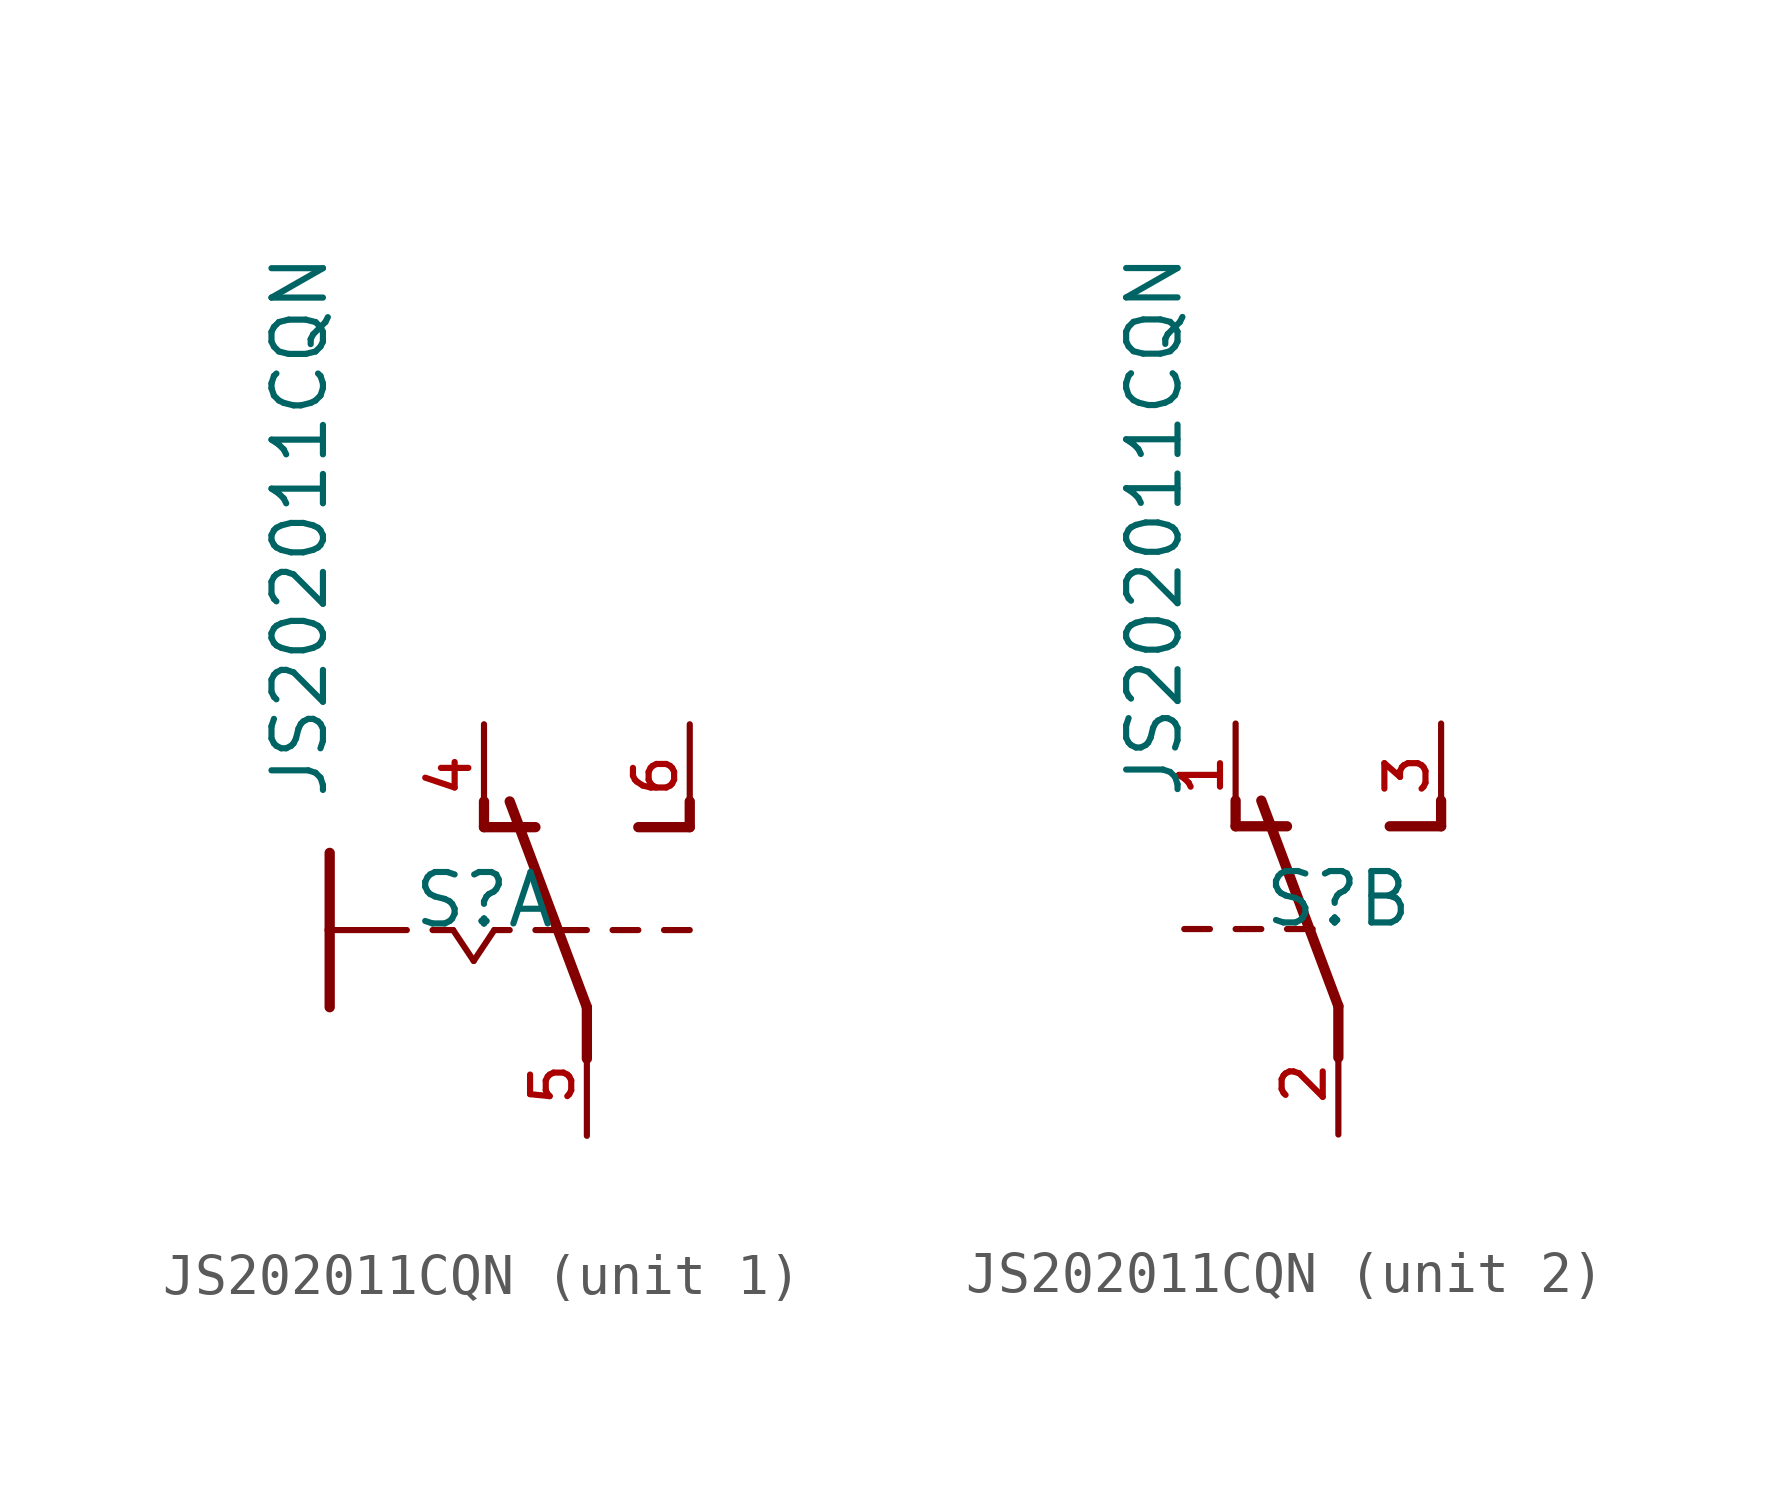
<source format=kicad_sym>
(kicad_symbol_lib
  (version 20211014)
  (generator kicad_symbol_editor)
  (symbol "JS202011CQN"
    (pin_names
      (offset 1.016))
    (property "Reference" "S"
      (at 0 0 0)
      (effects (font (size 1.27 1.27)) (justify bottom)))
    (property "Value" "JS202011CQN"
      (at -3.813 3.178 90.0)
      (effects (font (size 1.27 1.27)) (justify bottom left)))
    (symbol "JS202011CQN_1_0"
      (polyline (pts (xy -3.81 1.905) (xy -3.81 0.0)) (stroke (width 0.254)))
      (polyline (pts (xy -3.81 0.0) (xy -1.905 0.0)) (stroke (width 0.152)))
      (polyline (pts (xy -3.81 0.0) (xy -3.81 -1.905)) (stroke (width 0.254)))
      (polyline (pts (xy -1.27 0.0) (xy -0.762 0.0)) (stroke (width 0.152)))
      (polyline (pts (xy 0.254 0.0) (xy 0.635 0.0)) (stroke (width 0.152)))
      (polyline (pts (xy 2.54 -3.175) (xy 2.54 -1.905)) (stroke (width 0.254)))
      (polyline (pts (xy 2.54 -1.905) (xy 0.635 3.175)) (stroke (width 0.254)))
      (polyline (pts (xy 3.81 2.54) (xy 5.08 2.54)) (stroke (width 0.254)))
      (polyline (pts (xy 5.08 2.54) (xy 5.08 3.175)) (stroke (width 0.254)))
      (polyline (pts (xy 0.0 2.54) (xy 1.27 2.54)) (stroke (width 0.254)))
      (polyline (pts (xy 0.0 2.54) (xy 0.0 3.175)) (stroke (width 0.254)))
      (polyline (pts (xy -0.762 0.0) (xy -0.254 -0.762)) (stroke (width 0.152)))
      (polyline (pts (xy -0.254 -0.762) (xy 0.254 0.0)) (stroke (width 0.152)))
      (polyline (pts (xy 1.27 0.0) (xy 2.54 0.0)) (stroke (width 0.152)))
      (polyline (pts (xy 3.175 0.0) (xy 3.81 0.0)) (stroke (width 0.152)))
      (polyline (pts (xy 4.445 0.0) (xy 5.08 0.0)) (stroke (width 0.152)))
      (pin passive line (at 0.0 5.08 270.0) (length 2.54) (name "~" (effects (font (size 1.016 1.016)))) (number "4" (effects (font (size 1.016 1.016)))))
      (pin passive line (at 2.54 -5.08 90.0) (length 2.54) (name "~" (effects (font (size 1.016 1.016)))) (number "5" (effects (font (size 1.016 1.016)))))
      (pin passive line (at 5.08 5.08 270.0) (length 2.54) (name "~" (effects (font (size 1.016 1.016)))) (number "6" (effects (font (size 1.016 1.016))))))
    (symbol "JS202011CQN_2_0"
      (polyline (pts (xy 0.0 -3.175) (xy 0.0 -1.905)) (stroke (width 0.254)))
      (polyline (pts (xy 0.0 -1.905) (xy -1.905 3.175)) (stroke (width 0.254)))
      (polyline (pts (xy 1.27 2.54) (xy 2.54 2.54)) (stroke (width 0.254)))
      (polyline (pts (xy 2.54 2.54) (xy 2.54 3.175)) (stroke (width 0.254)))
      (polyline (pts (xy -2.54 2.54) (xy -1.27 2.54)) (stroke (width 0.254)))
      (polyline (pts (xy -2.54 2.54) (xy -2.54 3.175)) (stroke (width 0.254)))
      (polyline (pts (xy -0.635 0.0) (xy -1.27 0.0)) (stroke (width 0.152)))
      (polyline (pts (xy -1.905 0.0) (xy -2.54 0.0)) (stroke (width 0.152)))
      (polyline (pts (xy -3.175 0.0) (xy -3.81 0.0)) (stroke (width 0.152)))
      (pin passive line (at -2.54 5.08 270.0) (length 2.54) (name "~" (effects (font (size 1.016 1.016)))) (number "1" (effects (font (size 1.016 1.016)))))
      (pin passive line (at 0.0 -5.08 90.0) (length 2.54) (name "~" (effects (font (size 1.016 1.016)))) (number "2" (effects (font (size 1.016 1.016)))))
      (pin passive line (at 2.54 5.08 270.0) (length 2.54) (name "~" (effects (font (size 1.016 1.016)))) (number "3" (effects (font (size 1.016 1.016))))))))
</source>
